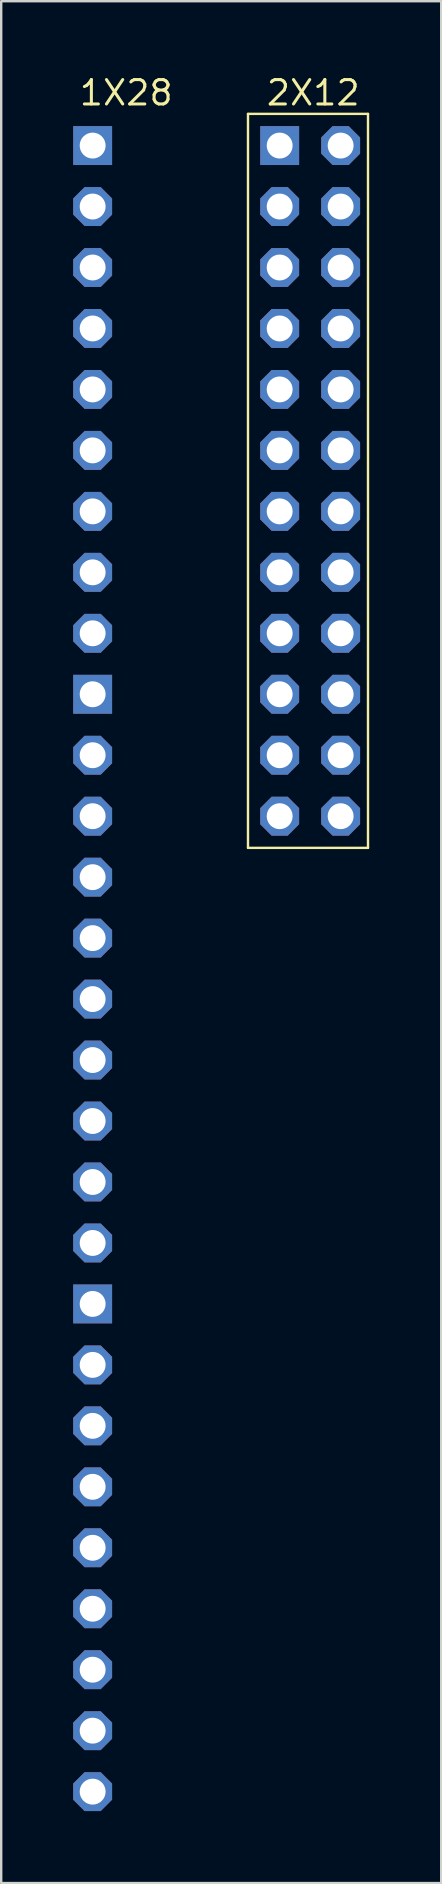
<source format=kicad_pcb>
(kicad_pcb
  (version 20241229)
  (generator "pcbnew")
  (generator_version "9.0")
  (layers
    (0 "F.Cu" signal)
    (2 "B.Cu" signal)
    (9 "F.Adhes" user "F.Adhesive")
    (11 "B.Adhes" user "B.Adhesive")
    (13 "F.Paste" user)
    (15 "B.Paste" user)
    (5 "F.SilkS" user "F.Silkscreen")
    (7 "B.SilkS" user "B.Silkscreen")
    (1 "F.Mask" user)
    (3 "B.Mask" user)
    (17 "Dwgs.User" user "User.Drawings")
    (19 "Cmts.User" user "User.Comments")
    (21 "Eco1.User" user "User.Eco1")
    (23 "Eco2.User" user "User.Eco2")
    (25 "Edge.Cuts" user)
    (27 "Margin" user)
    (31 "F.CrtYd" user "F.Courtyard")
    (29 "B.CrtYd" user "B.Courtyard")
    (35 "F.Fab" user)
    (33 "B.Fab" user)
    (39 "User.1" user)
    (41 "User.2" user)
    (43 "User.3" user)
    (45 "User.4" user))
  (footprint "2X12"
    (layer "F.Cu")
    (at 8.602 3.015)
    (property "Reference" "2X12" (at 1.398 -2.197 0) (layer "F.SilkS") (effects (font (size 1.016 1.016) (thickness 0.127))))
    (attr through_hole)
    (fp_line (start -1.32 -1.32) (end -1.32 29.26) (stroke (width 0.1) (type default)) (layer "F.SilkS"))
    (fp_line (start -1.32 -1.32) (end 3.68 -1.32) (stroke (width 0.1) (type default)) (layer "F.SilkS"))
    (fp_line (start -1.32 29.26) (end 3.68 29.26) (stroke (width 0.1) (type default)) (layer "F.SilkS"))
    (fp_line (start 3.68 -1.32) (end 3.68 29.26) (stroke (width 0.1) (type default)) (layer "F.SilkS"))
    (pad "1" thru_hole rect (at 0 0) (size 1.62 1.62) (drill 1.08) (layers "*.Cu" "*.Mask"))
    (pad "2" thru_hole roundrect (at 0 2.54) (size 1.62 1.62) (drill 1.08) (layers "*.Cu" "*.Mask") (roundrect_rratio 0.25) (chamfer_ratio 0.293) (chamfer top_left top_right bottom_left bottom_right))
    (pad "3" thru_hole roundrect (at 0 5.08) (size 1.62 1.62) (drill 1.08) (layers "*.Cu" "*.Mask") (roundrect_rratio 0.25) (chamfer_ratio 0.293) (chamfer top_left top_right bottom_left bottom_right))
    (pad "4" thru_hole roundrect (at 0 7.62) (size 1.62 1.62) (drill 1.08) (layers "*.Cu" "*.Mask") (roundrect_rratio 0.25) (chamfer_ratio 0.293) (chamfer top_left top_right bottom_left bottom_right))
    (pad "5" thru_hole roundrect (at 0 10.16) (size 1.62 1.62) (drill 1.08) (layers "*.Cu" "*.Mask") (roundrect_rratio 0.25) (chamfer_ratio 0.293) (chamfer top_left top_right bottom_left bottom_right))
    (pad "6" thru_hole roundrect (at 0 12.7) (size 1.62 1.62) (drill 1.08) (layers "*.Cu" "*.Mask") (roundrect_rratio 0.25) (chamfer_ratio 0.293) (chamfer top_left top_right bottom_left bottom_right))
    (pad "7" thru_hole roundrect (at 0 15.24) (size 1.62 1.62) (drill 1.08) (layers "*.Cu" "*.Mask") (roundrect_rratio 0.25) (chamfer_ratio 0.293) (chamfer top_left top_right bottom_left bottom_right))
    (pad "8" thru_hole roundrect (at 0 17.78) (size 1.62 1.62) (drill 1.08) (layers "*.Cu" "*.Mask") (roundrect_rratio 0.25) (chamfer_ratio 0.293) (chamfer top_left top_right bottom_left bottom_right))
    (pad "9" thru_hole roundrect (at 0 20.32) (size 1.62 1.62) (drill 1.08) (layers "*.Cu" "*.Mask") (roundrect_rratio 0.25) (chamfer_ratio 0.293) (chamfer top_left top_right bottom_left bottom_right))
    (pad "10" thru_hole roundrect (at 0 22.86) (size 1.62 1.62) (drill 1.08) (layers "*.Cu" "*.Mask") (roundrect_rratio 0.25) (chamfer_ratio 0.293) (chamfer top_left top_right bottom_left bottom_right))
    (pad "11" thru_hole roundrect (at 0 25.4) (size 1.62 1.62) (drill 1.08) (layers "*.Cu" "*.Mask") (roundrect_rratio 0.25) (chamfer_ratio 0.293) (chamfer top_left top_right bottom_left bottom_right))
    (pad "12" thru_hole roundrect (at 0 27.94) (size 1.62 1.62) (drill 1.08) (layers "*.Cu" "*.Mask") (roundrect_rratio 0.25) (chamfer_ratio 0.293) (chamfer top_left top_right bottom_left bottom_right))
    (pad "13" thru_hole roundrect (at 2.54 0) (size 1.62 1.62) (drill 1.08) (layers "*.Cu" "*.Mask") (roundrect_rratio 0.25) (chamfer_ratio 0.293) (chamfer top_left top_right bottom_left bottom_right))
    (pad "14" thru_hole roundrect (at 2.54 2.54) (size 1.62 1.62) (drill 1.08) (layers "*.Cu" "*.Mask") (roundrect_rratio 0.25) (chamfer_ratio 0.293) (chamfer top_left top_right bottom_left bottom_right))
    (pad "15" thru_hole roundrect (at 2.54 5.08) (size 1.62 1.62) (drill 1.08) (layers "*.Cu" "*.Mask") (roundrect_rratio 0.25) (chamfer_ratio 0.293) (chamfer top_left top_right bottom_left bottom_right))
    (pad "16" thru_hole roundrect (at 2.54 7.62) (size 1.62 1.62) (drill 1.08) (layers "*.Cu" "*.Mask") (roundrect_rratio 0.25) (chamfer_ratio 0.293) (chamfer top_left top_right bottom_left bottom_right))
    (pad "17" thru_hole roundrect (at 2.54 10.16) (size 1.62 1.62) (drill 1.08) (layers "*.Cu" "*.Mask") (roundrect_rratio 0.25) (chamfer_ratio 0.293) (chamfer top_left top_right bottom_left bottom_right))
    (pad "18" thru_hole roundrect (at 2.54 12.7) (size 1.62 1.62) (drill 1.08) (layers "*.Cu" "*.Mask") (roundrect_rratio 0.25) (chamfer_ratio 0.293) (chamfer top_left top_right bottom_left bottom_right))
    (pad "19" thru_hole roundrect (at 2.54 15.24) (size 1.62 1.62) (drill 1.08) (layers "*.Cu" "*.Mask") (roundrect_rratio 0.25) (chamfer_ratio 0.293) (chamfer top_left top_right bottom_left bottom_right))
    (pad "20" thru_hole roundrect (at 2.54 17.78) (size 1.62 1.62) (drill 1.08) (layers "*.Cu" "*.Mask") (roundrect_rratio 0.25) (chamfer_ratio 0.293) (chamfer top_left top_right bottom_left bottom_right))
    (pad "21" thru_hole roundrect (at 2.54 20.32) (size 1.62 1.62) (drill 1.08) (layers "*.Cu" "*.Mask") (roundrect_rratio 0.25) (chamfer_ratio 0.293) (chamfer top_left top_right bottom_left bottom_right))
    (pad "22" thru_hole roundrect (at 2.54 22.86) (size 1.62 1.62) (drill 1.08) (layers "*.Cu" "*.Mask") (roundrect_rratio 0.25) (chamfer_ratio 0.293) (chamfer top_left top_right bottom_left bottom_right))
    (pad "23" thru_hole roundrect (at 2.54 25.4) (size 1.62 1.62) (drill 1.08) (layers "*.Cu" "*.Mask") (roundrect_rratio 0.25) (chamfer_ratio 0.293) (chamfer top_left top_right bottom_left bottom_right))
    (pad "24" thru_hole roundrect (at 2.54 27.94) (size 1.62 1.62) (drill 1.08) (layers "*.Cu" "*.Mask") (roundrect_rratio 0.25) (chamfer_ratio 0.293) (chamfer top_left top_right bottom_left bottom_right)))
  (footprint "1X28"
    (layer "F.Cu")
    (at 0.81 3.015)
    (property "Reference" "1X28" (at 1.398 -2.197 0) (layer "F.SilkS") (effects (font (size 1.016 1.016) (thickness 0.127))))
    (attr through_hole)
    (pad "1" thru_hole rect (at 0 0) (size 1.62 1.62) (drill 1.08) (layers "*.Cu" "*.Mask"))
    (pad "2" thru_hole roundrect (at 0 2.54) (size 1.62 1.62) (drill 1.08) (layers "*.Cu" "*.Mask") (roundrect_rratio 0.25) (chamfer_ratio 0.293) (chamfer top_left top_right bottom_left bottom_right))
    (pad "3" thru_hole roundrect (at 0 5.08) (size 1.62 1.62) (drill 1.08) (layers "*.Cu" "*.Mask") (roundrect_rratio 0.25) (chamfer_ratio 0.293) (chamfer top_left top_right bottom_left bottom_right))
    (pad "4" thru_hole roundrect (at 0 7.62) (size 1.62 1.62) (drill 1.08) (layers "*.Cu" "*.Mask") (roundrect_rratio 0.25) (chamfer_ratio 0.293) (chamfer top_left top_right bottom_left bottom_right))
    (pad "5" thru_hole roundrect (at 0 10.16) (size 1.62 1.62) (drill 1.08) (layers "*.Cu" "*.Mask") (roundrect_rratio 0.25) (chamfer_ratio 0.293) (chamfer top_left top_right bottom_left bottom_right))
    (pad "6" thru_hole roundrect (at 0 12.7) (size 1.62 1.62) (drill 1.08) (layers "*.Cu" "*.Mask") (roundrect_rratio 0.25) (chamfer_ratio 0.293) (chamfer top_left top_right bottom_left bottom_right))
    (pad "7" thru_hole roundrect (at 0 15.24) (size 1.62 1.62) (drill 1.08) (layers "*.Cu" "*.Mask") (roundrect_rratio 0.25) (chamfer_ratio 0.293) (chamfer top_left top_right bottom_left bottom_right))
    (pad "8" thru_hole roundrect (at 0 17.78) (size 1.62 1.62) (drill 1.08) (layers "*.Cu" "*.Mask") (roundrect_rratio 0.25) (chamfer_ratio 0.293) (chamfer top_left top_right bottom_left bottom_right))
    (pad "9" thru_hole roundrect (at 0 20.32) (size 1.62 1.62) (drill 1.08) (layers "*.Cu" "*.Mask") (roundrect_rratio 0.25) (chamfer_ratio 0.293) (chamfer top_left top_right bottom_left bottom_right))
    (pad "10" thru_hole rect (at 0 22.86) (size 1.62 1.62) (drill 1.08) (layers "*.Cu" "*.Mask"))
    (pad "11" thru_hole roundrect (at 0 25.4) (size 1.62 1.62) (drill 1.08) (layers "*.Cu" "*.Mask") (roundrect_rratio 0.25) (chamfer_ratio 0.293) (chamfer top_left top_right bottom_left bottom_right))
    (pad "12" thru_hole roundrect (at 0 27.94) (size 1.62 1.62) (drill 1.08) (layers "*.Cu" "*.Mask") (roundrect_rratio 0.25) (chamfer_ratio 0.293) (chamfer top_left top_right bottom_left bottom_right))
    (pad "13" thru_hole roundrect (at 0 30.48) (size 1.62 1.62) (drill 1.08) (layers "*.Cu" "*.Mask") (roundrect_rratio 0.25) (chamfer_ratio 0.293) (chamfer top_left top_right bottom_left bottom_right))
    (pad "14" thru_hole roundrect (at 0 33.02) (size 1.62 1.62) (drill 1.08) (layers "*.Cu" "*.Mask") (roundrect_rratio 0.25) (chamfer_ratio 0.293) (chamfer top_left top_right bottom_left bottom_right))
    (pad "15" thru_hole roundrect (at 0 35.56) (size 1.62 1.62) (drill 1.08) (layers "*.Cu" "*.Mask") (roundrect_rratio 0.25) (chamfer_ratio 0.293) (chamfer top_left top_right bottom_left bottom_right))
    (pad "16" thru_hole roundrect (at 0 38.1) (size 1.62 1.62) (drill 1.08) (layers "*.Cu" "*.Mask") (roundrect_rratio 0.25) (chamfer_ratio 0.293) (chamfer top_left top_right bottom_left bottom_right))
    (pad "17" thru_hole roundrect (at 0 40.64) (size 1.62 1.62) (drill 1.08) (layers "*.Cu" "*.Mask") (roundrect_rratio 0.25) (chamfer_ratio 0.293) (chamfer top_left top_right bottom_left bottom_right))
    (pad "18" thru_hole roundrect (at 0 43.18) (size 1.62 1.62) (drill 1.08) (layers "*.Cu" "*.Mask") (roundrect_rratio 0.25) (chamfer_ratio 0.293) (chamfer top_left top_right bottom_left bottom_right))
    (pad "19" thru_hole roundrect (at 0 45.72) (size 1.62 1.62) (drill 1.08) (layers "*.Cu" "*.Mask") (roundrect_rratio 0.25) (chamfer_ratio 0.293) (chamfer top_left top_right bottom_left bottom_right))
    (pad "20" thru_hole rect (at 0 48.26) (size 1.62 1.62) (drill 1.08) (layers "*.Cu" "*.Mask"))
    (pad "21" thru_hole roundrect (at 0 50.8) (size 1.62 1.62) (drill 1.08) (layers "*.Cu" "*.Mask") (roundrect_rratio 0.25) (chamfer_ratio 0.293) (chamfer top_left top_right bottom_left bottom_right))
    (pad "22" thru_hole roundrect (at 0 53.34) (size 1.62 1.62) (drill 1.08) (layers "*.Cu" "*.Mask") (roundrect_rratio 0.25) (chamfer_ratio 0.293) (chamfer top_left top_right bottom_left bottom_right))
    (pad "23" thru_hole roundrect (at 0 55.88) (size 1.62 1.62) (drill 1.08) (layers "*.Cu" "*.Mask") (roundrect_rratio 0.25) (chamfer_ratio 0.293) (chamfer top_left top_right bottom_left bottom_right))
    (pad "24" thru_hole roundrect (at 0 58.42) (size 1.62 1.62) (drill 1.08) (layers "*.Cu" "*.Mask") (roundrect_rratio 0.25) (chamfer_ratio 0.293) (chamfer top_left top_right bottom_left bottom_right))
    (pad "25" thru_hole roundrect (at 0 60.96) (size 1.62 1.62) (drill 1.08) (layers "*.Cu" "*.Mask") (roundrect_rratio 0.25) (chamfer_ratio 0.293) (chamfer top_left top_right bottom_left bottom_right))
    (pad "26" thru_hole roundrect (at 0 63.5) (size 1.62 1.62) (drill 1.08) (layers "*.Cu" "*.Mask") (roundrect_rratio 0.25) (chamfer_ratio 0.293) (chamfer top_left top_right bottom_left bottom_right))
    (pad "27" thru_hole roundrect (at 0 66.04) (size 1.62 1.62) (drill 1.08) (layers "*.Cu" "*.Mask") (roundrect_rratio 0.25) (chamfer_ratio 0.293) (chamfer top_left top_right bottom_left bottom_right))
    (pad "28" thru_hole roundrect (at 0 68.58) (size 1.62 1.62) (drill 1.08) (layers "*.Cu" "*.Mask") (roundrect_rratio 0.25) (chamfer_ratio 0.293) (chamfer top_left top_right bottom_left bottom_right)))
  (gr_rect
    (start -3 -3)
    (end 15.332 75.405)
    (stroke (width 0.1) (type default))
    (fill no)
    (layer "Edge.Cuts")))
</source>
